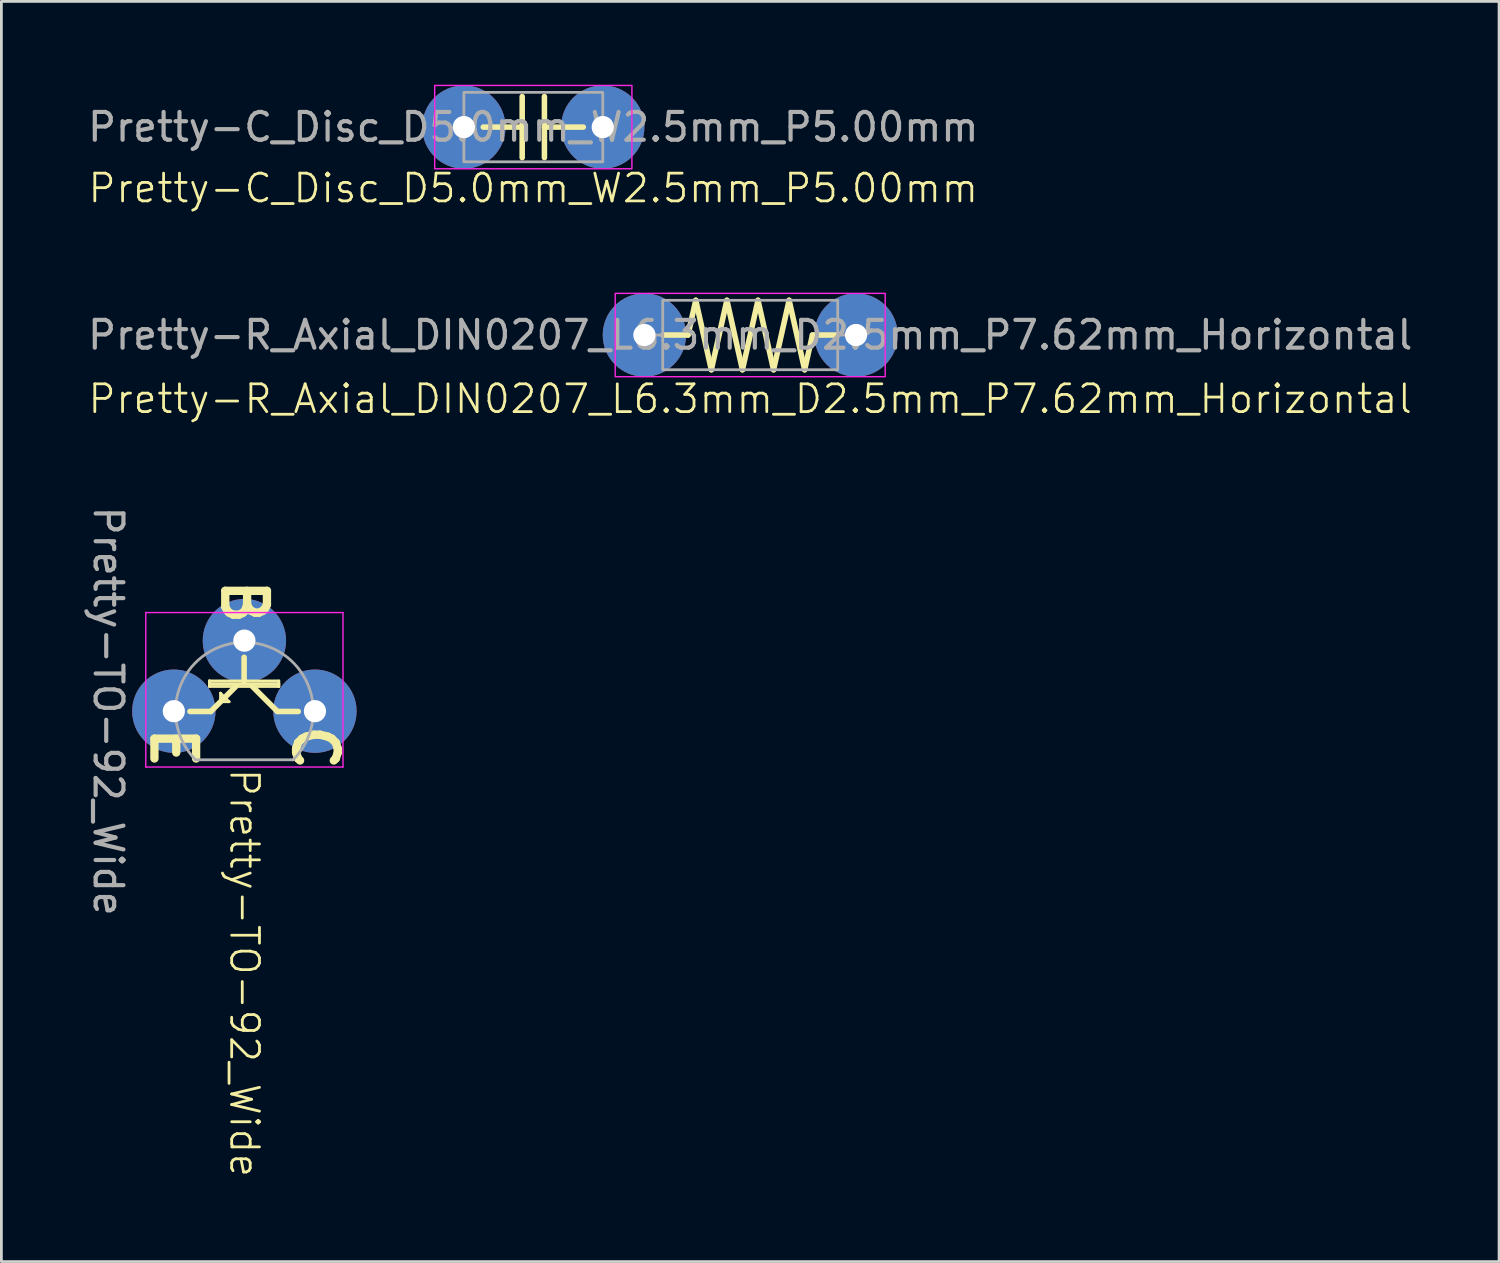
<source format=kicad_pcb>
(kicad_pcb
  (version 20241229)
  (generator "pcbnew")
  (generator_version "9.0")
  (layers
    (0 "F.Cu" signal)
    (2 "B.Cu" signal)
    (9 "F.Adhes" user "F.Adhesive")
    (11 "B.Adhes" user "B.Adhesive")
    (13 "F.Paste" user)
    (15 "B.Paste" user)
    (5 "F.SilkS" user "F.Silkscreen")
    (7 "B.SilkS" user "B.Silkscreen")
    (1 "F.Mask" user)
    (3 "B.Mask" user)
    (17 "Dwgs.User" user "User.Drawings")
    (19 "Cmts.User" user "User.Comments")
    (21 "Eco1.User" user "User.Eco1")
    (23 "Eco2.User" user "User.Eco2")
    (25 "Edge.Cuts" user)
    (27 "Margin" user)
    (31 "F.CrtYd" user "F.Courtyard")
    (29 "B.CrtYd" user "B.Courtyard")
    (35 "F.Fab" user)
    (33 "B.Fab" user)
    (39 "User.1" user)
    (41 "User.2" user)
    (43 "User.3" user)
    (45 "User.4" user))
  (footprint "Pretty-TO-92_Wide"
    (layer "F.Cu")
    (at 3.208 22.553)
    (property "Reference" "Pretty-TO-92_Wide" (at 2.54 2 270) (unlocked yes) (layer "F.SilkS") (effects (font (size 1 1) (thickness 0.1)) (justify left)))
    (attr smd)
    (fp_line (start 0.58 0.01) (end 1.33 0.01) (stroke (width 0.2) (type solid)) (layer "F.SilkS"))
    (fp_line (start 1.28 -1.09) (end 1.28 -0.99) (stroke (width 0.1) (type default)) (layer "F.SilkS"))
    (fp_line (start 1.28 -0.99) (end 3.78 -0.99) (stroke (width 0.1) (type default)) (layer "F.SilkS"))
    (fp_line (start 1.28 -0.89) (end 1.28 -1.09) (stroke (width 0.1) (type default)) (layer "F.SilkS"))
    (fp_line (start 1.68 -0.34) (end 1.68 -0.65) (stroke (width 0.1) (type default)) (layer "F.SilkS"))
    (fp_line (start 1.68 -0.34) (end 1.99 -0.34) (stroke (width 0.1) (type default)) (layer "F.SilkS"))
    (fp_line (start 1.99 -0.34) (end 1.68 -0.65) (stroke (width 0.1) (type default)) (layer "F.SilkS"))
    (fp_line (start 2.23 -0.89) (end 1.33 0.01) (stroke (width 0.2) (type solid)) (layer "F.SilkS"))
    (fp_line (start 2.53 -1.94) (end 2.53 -1.09) (stroke (width 0.2) (type solid)) (layer "F.SilkS"))
    (fp_line (start 2.83 -0.89) (end 3.73 0.01) (stroke (width 0.2) (type solid)) (layer "F.SilkS"))
    (fp_line (start 3.73 0.01) (end 4.48 0.01) (stroke (width 0.2) (type solid)) (layer "F.SilkS"))
    (fp_line (start 3.78 -1.09) (end 1.28 -1.09) (stroke (width 0.1) (type default)) (layer "F.SilkS"))
    (fp_line (start 3.78 -1.09) (end 3.78 -0.89) (stroke (width 0.1) (type default)) (layer "F.SilkS"))
    (fp_line (start 3.78 -0.99) (end 3.78 -0.89) (stroke (width 0.1) (type default)) (layer "F.SilkS"))
    (fp_line (start 3.78 -0.89) (end 1.28 -0.89) (stroke (width 0.1) (type default)) (layer "F.SilkS"))
    (fp_line (start -1.01 -3.55) (end -1.01 2.01) (stroke (width 0.05) (type solid)) (layer "F.CrtYd"))
    (fp_line (start -1.01 -3.55) (end 6.09 -3.55) (stroke (width 0.05) (type solid)) (layer "F.CrtYd"))
    (fp_line (start 6.09 2.01) (end -1.01 2.01) (stroke (width 0.05) (type solid)) (layer "F.CrtYd"))
    (fp_line (start 6.09 2.01) (end 6.09 -3.55) (stroke (width 0.05) (type solid)) (layer "F.CrtYd"))
    (fp_line (start 0.8 1.75) (end 4.3 1.75) (stroke (width 0.1) (type solid)) (layer "F.Fab"))
    (fp_arc (start 0.786375 1.753625) (mid 0.248779 -0.949055) (end 2.54 -2.48) (stroke (width 0.1) (type solid)) (layer "F.Fab"))
    (fp_arc (start 2.54 -2.48) (mid 4.831221 -0.949055) (end 4.293625 1.753625) (stroke (width 0.1) (type solid)) (layer "F.Fab"))
    (fp_text user "E" (at -0.02 1.31 270) (unlocked yes) (layer "F.SilkS") (effects (font (size 1.5 1.5) (thickness 0.3) (bold yes))))
    (fp_text user "C" (at 5.08 1.31 270) (unlocked yes) (layer "F.SilkS") (effects (font (size 1.5 1.5) (thickness 0.3) (bold yes))))
    (fp_text user "B" (at 2.53 -3.94 270) (unlocked yes) (layer "F.SilkS") (effects (font (size 1.5 1.5) (thickness 0.3) (bold yes))))
    (fp_text user "${REFERENCE}" (at -2.36 0 270) (unlocked yes) (layer "F.Fab") (effects (font (size 1 1) (thickness 0.15))))
    (pad "1" thru_hole circle (at 0 0) (size 3 3) (drill 0.8) (layers "*.Cu" "*.Mask"))
    (pad "2" thru_hole circle (at 2.54 -2.54) (size 3 3) (drill 0.8) (layers "*.Cu" "*.Mask"))
    (pad "3" thru_hole circle (at 5.08 0) (size 3 3) (drill 0.8) (layers "*.Cu" "*.Mask")))
  (footprint "Pretty-R_Axial_DIN0207_L6.3mm_D2.5mm_P7.62mm_Horizontal"
    (layer "F.Cu")
    (at 20.148 9.011)
    (property "Reference" "Pretty-R_Axial_DIN0207_L6.3mm_D2.5mm_P7.62mm_Horizontal" (at 3.81 2.3 0) (unlocked yes) (layer "F.SilkS") (effects (font (size 1 1) (thickness 0.1))))
    (attr smd)
    (fp_line (start 0.67 0) (end 1.57 0) (stroke (width 0.2) (type solid)) (layer "F.SilkS"))
    (fp_line (start 1.57 0) (end 1.85 -1.25) (stroke (width 0.2) (type solid)) (layer "F.SilkS"))
    (fp_line (start 2.41 1.25) (end 1.85 -1.25) (stroke (width 0.2) (type solid)) (layer "F.SilkS"))
    (fp_line (start 2.97 -1.25) (end 2.41 1.25) (stroke (width 0.2) (type solid)) (layer "F.SilkS"))
    (fp_line (start 3.53 1.25) (end 2.97 -1.25) (stroke (width 0.2) (type solid)) (layer "F.SilkS"))
    (fp_line (start 4.09 -1.25) (end 3.53 1.25) (stroke (width 0.2) (type solid)) (layer "F.SilkS"))
    (fp_line (start 4.65 1.25) (end 4.09 -1.25) (stroke (width 0.2) (type solid)) (layer "F.SilkS"))
    (fp_line (start 5.21 -1.25) (end 4.65 1.25) (stroke (width 0.2) (type solid)) (layer "F.SilkS"))
    (fp_line (start 5.77 1.25) (end 5.21 -1.25) (stroke (width 0.2) (type solid)) (layer "F.SilkS"))
    (fp_line (start 6.05 0) (end 5.77 1.25) (stroke (width 0.2) (type solid)) (layer "F.SilkS"))
    (fp_line (start 6.95 0) (end 6.05 0) (stroke (width 0.2) (type solid)) (layer "F.SilkS"))
    (fp_rect (start -1.05 -1.5) (end 8.67 1.5) (stroke (width 0.05) (type solid)) (fill no) (layer "F.CrtYd"))
    (fp_line (start 0 0) (end 0.66 0) (stroke (width 0.1) (type solid)) (layer "F.Fab"))
    (fp_line (start 7.62 0) (end 6.96 0) (stroke (width 0.1) (type solid)) (layer "F.Fab"))
    (fp_rect (start 0.66 -1.25) (end 6.96 1.25) (stroke (width 0.1) (type solid)) (fill no) (layer "F.Fab"))
    (fp_line (start 1.51 0) (end 6.11 0) (stroke (width 0.1) (type default)) (layer "User.1"))
    (fp_text user "${REFERENCE}" (at 3.81 0 0) (unlocked yes) (layer "F.Fab") (effects (font (size 1 1) (thickness 0.15))))
    (pad "1" thru_hole circle (at 0 0) (size 3 3) (drill 0.8) (layers "*.Cu" "*.Mask"))
    (pad "2" thru_hole circle (at 7.62 0) (size 3 3) (drill 0.8) (layers "*.Cu" "*.Mask")))
  (footprint "Pretty-C_Disc_D5.0mm_W2.5mm_P5.00mm"
    (layer "F.Cu")
    (at 13.649 1.525)
    (property "Reference" "Pretty-C_Disc_D5.0mm_W2.5mm_P5.00mm" (at 2.5 2.2 0) (unlocked yes) (layer "F.SilkS") (effects (font (size 1 1) (thickness 0.1))))
    (attr smd)
    (fp_line (start 0.7 0) (end 2.1 0) (stroke (width 0.2) (type solid)) (layer "F.SilkS"))
    (fp_line (start 2.1 -1.1) (end 2.1 1.1) (stroke (width 0.2) (type solid)) (layer "F.SilkS"))
    (fp_line (start 2.9 1.1) (end 2.9 -1.1) (stroke (width 0.2) (type solid)) (layer "F.SilkS"))
    (fp_line (start 4.3 0) (end 2.9 0) (stroke (width 0.2) (type solid)) (layer "F.SilkS"))
    (fp_rect (start -1.05 -1.5) (end 6.05 1.5) (stroke (width 0.05) (type solid)) (fill no) (layer "F.CrtYd"))
    (fp_rect (start 0 -1.25) (end 5 1.25) (stroke (width 0.1) (type solid)) (fill no) (layer "F.Fab"))
    (fp_text user "${REFERENCE}" (at 2.5 0 0) (unlocked yes) (layer "F.Fab") (effects (font (size 1 1) (thickness 0.15))))
    (pad "1" thru_hole circle (at 0 0 180) (size 3 3) (drill 0.8) (layers "*.Cu" "*.Mask"))
    (pad "2" thru_hole circle (at 5 0 180) (size 3 3) (drill 0.8) (layers "*.Cu" "*.Mask")))
  (gr_rect
    (start -3 -3)
    (end 50.917 42.367)
    (stroke (width 0.1) (type default))
    (fill no)
    (layer "Edge.Cuts")))
</source>
